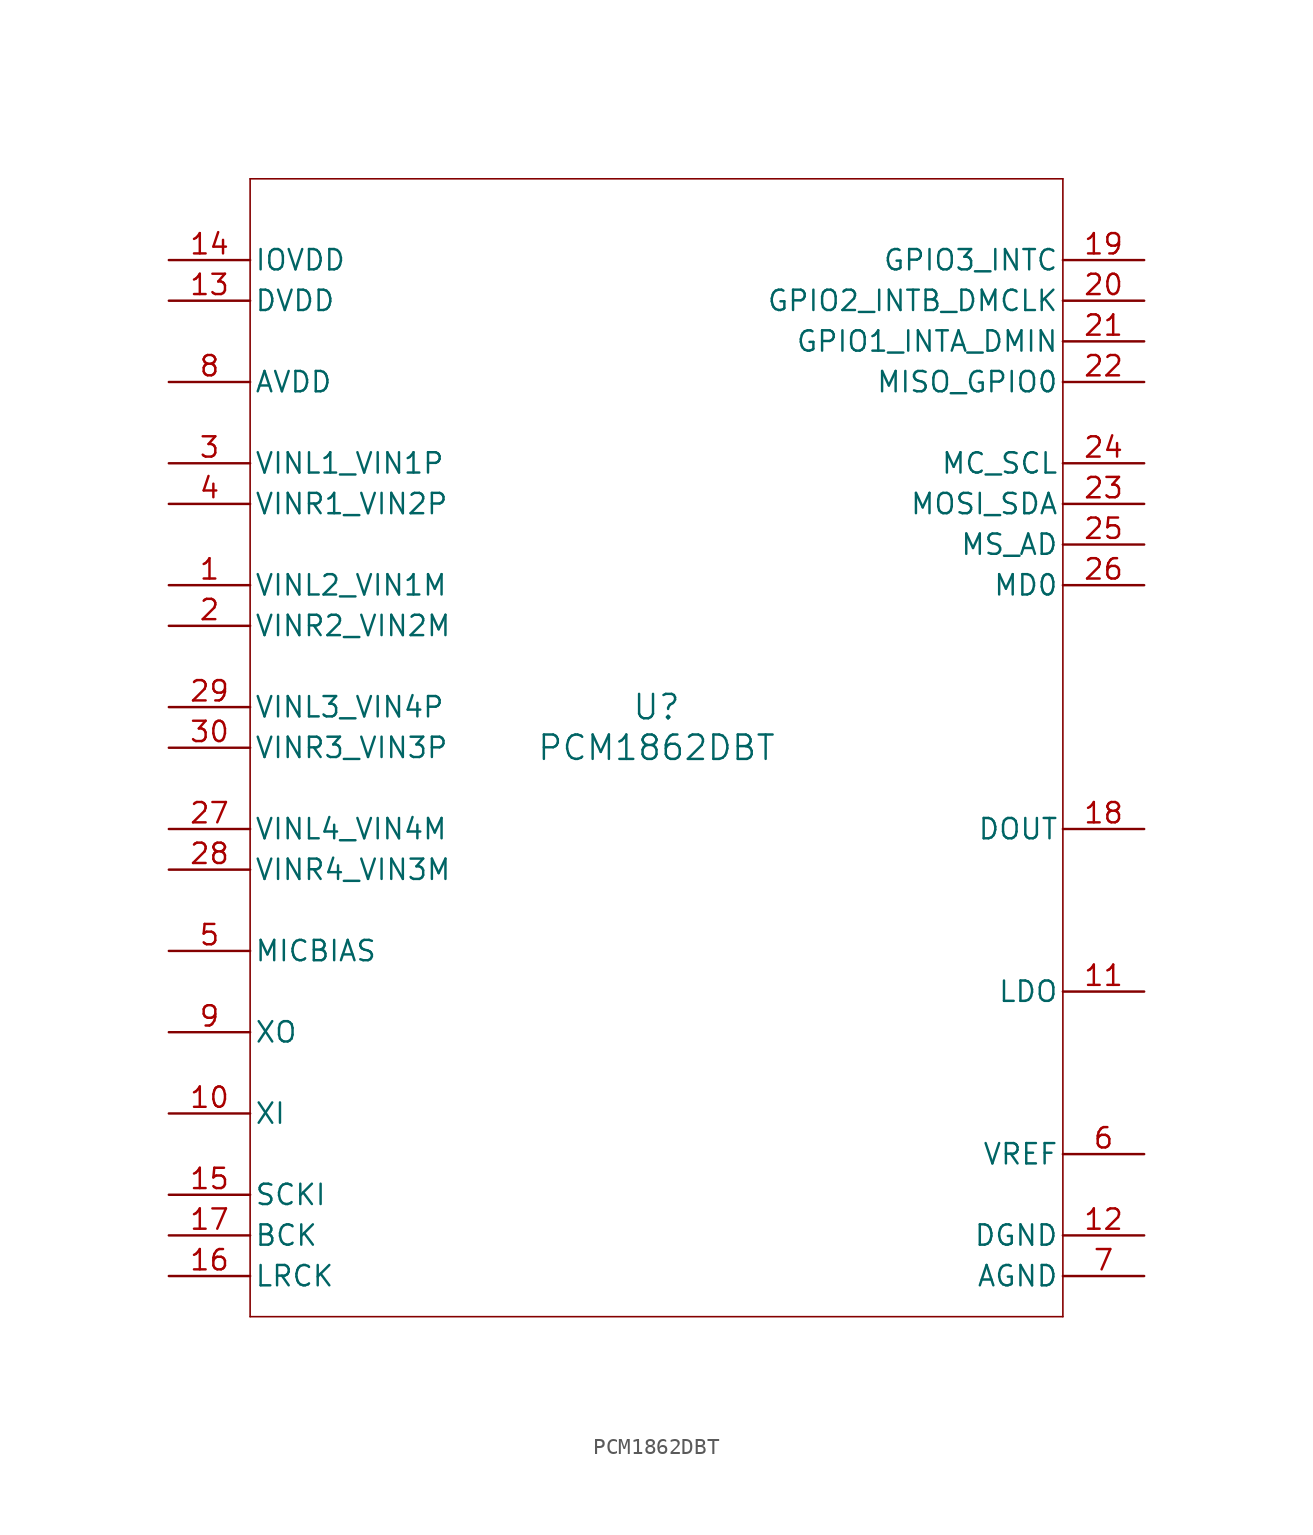
<source format=kicad_sym>
(kicad_symbol_lib
  (version 20211014)
  (generator kicad_symbol_editor)
  (symbol "PCM1862DBT"
    (pin_names
      (offset 0.254))
    (property "Reference" "U"
      (at 0 2.54 0)
      (effects (font (size 1.524 1.524))))
    (property "Value" "PCM1862DBT"
      (at 0 0 0)
      (effects (font (size 1.524 1.524))))
    (symbol "PCM1862DBT_0_1"
      (polyline (pts (xy -25.4 -35.56) (xy 25.4 -35.56)) (stroke (width 0.102) (type default) (color 0 0 0 0)) (fill (type none)))
      (polyline (pts (xy 25.4 -35.56) (xy 25.4 35.56)) (stroke (width 0.102) (type default) (color 0 0 0 0)) (fill (type none)))
      (polyline (pts (xy 25.4 35.56) (xy -25.4 35.56)) (stroke (width 0.102) (type default) (color 0 0 0 0)) (fill (type none)))
      (polyline (pts (xy -25.4 35.56) (xy -25.4 -35.56)) (stroke (width 0.102) (type default) (color 0 0 0 0)) (fill (type none)))
      (pin input line (at -30.48 10.16 0) (length 5.08) (name "VINL2_VIN1M" (effects (font (size 1.27 1.27)))) (number "1" (effects (font (size 1.27 1.27)))))
      (pin input line (at -30.48 7.62 0) (length 5.08) (name "VINR2_VIN2M" (effects (font (size 1.27 1.27)))) (number "2" (effects (font (size 1.27 1.27)))))
      (pin input line (at -30.48 17.78 0) (length 5.08) (name "VINL1_VIN1P" (effects (font (size 1.27 1.27)))) (number "3" (effects (font (size 1.27 1.27)))))
      (pin input line (at -30.48 15.24 0) (length 5.08) (name "VINR1_VIN2P" (effects (font (size 1.27 1.27)))) (number "4" (effects (font (size 1.27 1.27)))))
      (pin output line (at -30.48 -12.7 0) (length 5.08) (name "MICBIAS" (effects (font (size 1.27 1.27)))) (number "5" (effects (font (size 1.27 1.27)))))
      (pin unspecified line (at 30.48 -25.4 180) (length 5.08) (name "VREF" (effects (font (size 1.27 1.27)))) (number "6" (effects (font (size 1.27 1.27)))))
      (pin power_in line (at 30.48 -33.02 180) (length 5.08) (name "AGND" (effects (font (size 1.27 1.27)))) (number "7" (effects (font (size 1.27 1.27)))))
      (pin power_in line (at -30.48 22.86 0) (length 5.08) (name "AVDD" (effects (font (size 1.27 1.27)))) (number "8" (effects (font (size 1.27 1.27)))))
      (pin unspecified line (at -30.48 -17.78 0) (length 5.08) (name "XO" (effects (font (size 1.27 1.27)))) (number "9" (effects (font (size 1.27 1.27)))))
      (pin unspecified line (at -30.48 -22.86 0) (length 5.08) (name "XI" (effects (font (size 1.27 1.27)))) (number "10" (effects (font (size 1.27 1.27)))))
      (pin output line (at 30.48 -15.24 180) (length 5.08) (name "LDO" (effects (font (size 1.27 1.27)))) (number "11" (effects (font (size 1.27 1.27)))))
      (pin power_in line (at 30.48 -30.48 180) (length 5.08) (name "DGND" (effects (font (size 1.27 1.27)))) (number "12" (effects (font (size 1.27 1.27)))))
      (pin power_in line (at -30.48 27.94 0) (length 5.08) (name "DVDD" (effects (font (size 1.27 1.27)))) (number "13" (effects (font (size 1.27 1.27)))))
      (pin power_in line (at -30.48 30.48 0) (length 5.08) (name "IOVDD" (effects (font (size 1.27 1.27)))) (number "14" (effects (font (size 1.27 1.27)))))
      (pin input line (at -30.48 -27.94 0) (length 5.08) (name "SCKI" (effects (font (size 1.27 1.27)))) (number "15" (effects (font (size 1.27 1.27)))))
      (pin bidirectional line (at -30.48 -33.02 0) (length 5.08) (name "LRCK" (effects (font (size 1.27 1.27)))) (number "16" (effects (font (size 1.27 1.27)))))
      (pin bidirectional line (at -30.48 -30.48 0) (length 5.08) (name "BCK" (effects (font (size 1.27 1.27)))) (number "17" (effects (font (size 1.27 1.27)))))
      (pin output line (at 30.48 -5.08 180) (length 5.08) (name "DOUT" (effects (font (size 1.27 1.27)))) (number "18" (effects (font (size 1.27 1.27)))))
      (pin bidirectional line (at 30.48 30.48 180) (length 5.08) (name "GPIO3_INTC" (effects (font (size 1.27 1.27)))) (number "19" (effects (font (size 1.27 1.27)))))
      (pin bidirectional line (at 30.48 27.94 180) (length 5.08) (name "GPIO2_INTB_DMCLK" (effects (font (size 1.27 1.27)))) (number "20" (effects (font (size 1.27 1.27)))))
      (pin bidirectional line (at 30.48 25.4 180) (length 5.08) (name "GPIO1_INTA_DMIN" (effects (font (size 1.27 1.27)))) (number "21" (effects (font (size 1.27 1.27)))))
      (pin bidirectional line (at 30.48 22.86 180) (length 5.08) (name "MISO_GPIO0" (effects (font (size 1.27 1.27)))) (number "22" (effects (font (size 1.27 1.27)))))
      (pin bidirectional line (at 30.48 15.24 180) (length 5.08) (name "MOSI_SDA" (effects (font (size 1.27 1.27)))) (number "23" (effects (font (size 1.27 1.27)))))
      (pin input line (at 30.48 17.78 180) (length 5.08) (name "MC_SCL" (effects (font (size 1.27 1.27)))) (number "24" (effects (font (size 1.27 1.27)))))
      (pin input line (at 30.48 12.7 180) (length 5.08) (name "MS_AD" (effects (font (size 1.27 1.27)))) (number "25" (effects (font (size 1.27 1.27)))))
      (pin input line (at 30.48 10.16 180) (length 5.08) (name "MD0" (effects (font (size 1.27 1.27)))) (number "26" (effects (font (size 1.27 1.27)))))
      (pin input line (at -30.48 -5.08 0) (length 5.08) (name "VINL4_VIN4M" (effects (font (size 1.27 1.27)))) (number "27" (effects (font (size 1.27 1.27)))))
      (pin input line (at -30.48 -7.62 0) (length 5.08) (name "VINR4_VIN3M" (effects (font (size 1.27 1.27)))) (number "28" (effects (font (size 1.27 1.27)))))
      (pin input line (at -30.48 2.54 0) (length 5.08) (name "VINL3_VIN4P" (effects (font (size 1.27 1.27)))) (number "29" (effects (font (size 1.27 1.27)))))
      (pin input line (at -30.48 0 0) (length 5.08) (name "VINR3_VIN3P" (effects (font (size 1.27 1.27)))) (number "30" (effects (font (size 1.27 1.27))))))))
</source>
